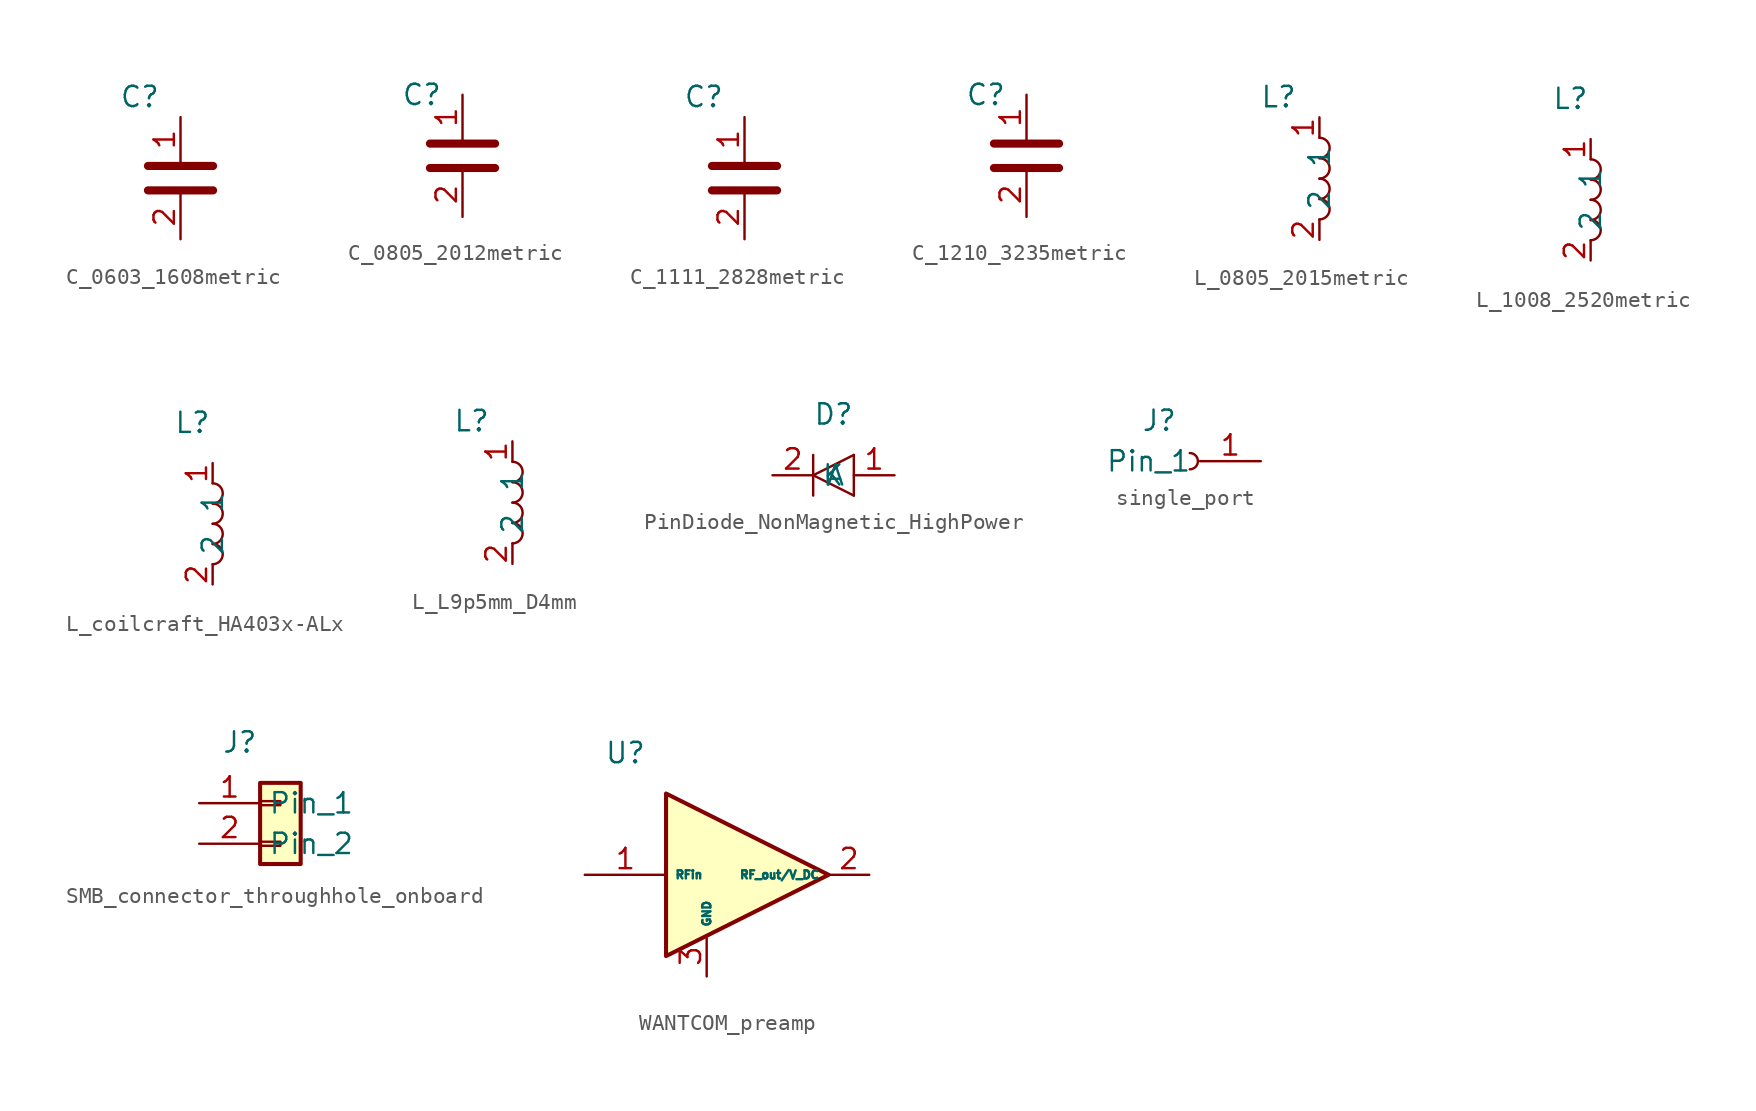
<source format=kicad_sym>
(kicad_symbol_lib
  (version 20220914)
  (generator kicad_symbol_editor)
  (symbol "C_0603_1608metric"
    (property "Reference" "C"
      (at 0 0 0)
      (effects (font (size 1.27 1.27))))
    (property "Value" ""
      (at 0 0 0)
      (effects (font (size 1.27 1.27))))
    (symbol "C_0603_1608metric_0_1"
      (polyline (pts (xy 0.508 -5.842) (xy 4.572 -5.842)) (stroke (width 0.508) (type default)) (fill (type none)))
      (polyline (pts (xy 0.508 -4.318) (xy 4.572 -4.318)) (stroke (width 0.508) (type default)) (fill (type none))))
    (symbol "C_0603_1608metric_1_1"
      (pin passive line (at 2.54 -1.27 270) (length 2.794) (name "~" (effects (font (size 1.27 1.27)))) (number "1" (effects (font (size 1.27 1.27)))))
      (pin passive line (at 2.54 -8.89 90) (length 2.794) (name "~" (effects (font (size 1.27 1.27)))) (number "2" (effects (font (size 1.27 1.27)))))))
  (symbol "C_0805_2012metric"
    (property "Reference" "C"
      (at 0 0 0)
      (effects (font (size 1.27 1.27))))
    (property "Value" ""
      (at 0 0 0)
      (effects (font (size 1.27 1.27))))
    (symbol "C_0805_2012metric_0_1"
      (polyline (pts (xy 0.508 -4.572) (xy 4.572 -4.572)) (stroke (width 0.508) (type default)) (fill (type none)))
      (polyline (pts (xy 0.508 -3.048) (xy 4.572 -3.048)) (stroke (width 0.508) (type default)) (fill (type none))))
    (symbol "C_0805_2012metric_1_1"
      (pin passive line (at 2.54 0 270) (length 2.794) (name "~" (effects (font (size 1.27 1.27)))) (number "1" (effects (font (size 1.27 1.27)))))
      (pin passive line (at 2.54 -7.62 90) (length 2.794) (name "~" (effects (font (size 1.27 1.27)))) (number "2" (effects (font (size 1.27 1.27)))))))
  (symbol "C_1111_2828metric"
    (property "Reference" "C"
      (at 0 0 0)
      (effects (font (size 1.27 1.27))))
    (property "Value" ""
      (at 0 0 0)
      (effects (font (size 1.27 1.27))))
    (symbol "C_1111_2828metric_0_1"
      (polyline (pts (xy 0.508 -5.842) (xy 4.572 -5.842)) (stroke (width 0.508) (type default)) (fill (type none)))
      (polyline (pts (xy 0.508 -4.318) (xy 4.572 -4.318)) (stroke (width 0.508) (type default)) (fill (type none))))
    (symbol "C_1111_2828metric_1_1"
      (pin passive line (at 2.54 -1.27 270) (length 2.794) (name "~" (effects (font (size 1.27 1.27)))) (number "1" (effects (font (size 1.27 1.27)))))
      (pin passive line (at 2.54 -8.89 90) (length 2.794) (name "~" (effects (font (size 1.27 1.27)))) (number "2" (effects (font (size 1.27 1.27)))))))
  (symbol "C_1210_3235metric"
    (property "Reference" "C"
      (at 0 0 0)
      (effects (font (size 1.27 1.27))))
    (property "Value" ""
      (at 0 0 0)
      (effects (font (size 1.27 1.27))))
    (symbol "C_1210_3235metric_0_1"
      (polyline (pts (xy 0.508 -4.572) (xy 4.572 -4.572)) (stroke (width 0.508) (type default)) (fill (type none)))
      (polyline (pts (xy 0.508 -3.048) (xy 4.572 -3.048)) (stroke (width 0.508) (type default)) (fill (type none))))
    (symbol "C_1210_3235metric_1_1"
      (pin passive line (at 2.54 0 270) (length 2.794) (name "~" (effects (font (size 1.27 1.27)))) (number "1" (effects (font (size 1.27 1.27)))))
      (pin passive line (at 2.54 -7.62 90) (length 2.794) (name "~" (effects (font (size 1.27 1.27)))) (number "2" (effects (font (size 1.27 1.27)))))))
  (symbol "L_0805_2015metric"
    (property "Reference" "L"
      (at 0 0 0)
      (effects (font (size 1.27 1.27))))
    (property "Value" ""
      (at 0 0 0)
      (effects (font (size 1.27 1.27))))
    (symbol "L_0805_2015metric_0_1"
      (arc (start 2.54 -7.62) (mid 3.172 -6.985) (end 2.54 -6.35) (stroke (width 0) (type default)) (fill (type none)))
      (arc (start 2.54 -6.35) (mid 3.172 -5.715) (end 2.54 -5.08) (stroke (width 0) (type default)) (fill (type none)))
      (arc (start 2.54 -5.08) (mid 3.172 -4.445) (end 2.54 -3.81) (stroke (width 0) (type default)) (fill (type none)))
      (arc (start 2.54 -3.81) (mid 3.172 -3.175) (end 2.54 -2.54) (stroke (width 0) (type default)) (fill (type none))))
    (symbol "L_0805_2015metric_1_1"
      (pin passive line (at 2.54 -1.27 270) (length 1.27) (name "1" (effects (font (size 1.27 1.27)))) (number "1" (effects (font (size 1.27 1.27)))))
      (pin passive line (at 2.54 -8.89 90) (length 1.27) (name "2" (effects (font (size 1.27 1.27)))) (number "2" (effects (font (size 1.27 1.27)))))))
  (symbol "L_1008_2520metric"
    (property "Reference" "L"
      (at 0 0 0)
      (effects (font (size 1.27 1.27))))
    (property "Value" ""
      (at 0 0 0)
      (effects (font (size 1.27 1.27))))
    (symbol "L_1008_2520metric_0_1"
      (arc (start 1.27 -8.89) (mid 1.902 -8.255) (end 1.27 -7.62) (stroke (width 0) (type default)) (fill (type none)))
      (arc (start 1.27 -7.62) (mid 1.902 -6.985) (end 1.27 -6.35) (stroke (width 0) (type default)) (fill (type none)))
      (arc (start 1.27 -6.35) (mid 1.902 -5.715) (end 1.27 -5.08) (stroke (width 0) (type default)) (fill (type none)))
      (arc (start 1.27 -5.08) (mid 1.902 -4.445) (end 1.27 -3.81) (stroke (width 0) (type default)) (fill (type none))))
    (symbol "L_1008_2520metric_1_1"
      (pin passive line (at 1.27 -2.54 270) (length 1.27) (name "1" (effects (font (size 1.27 1.27)))) (number "1" (effects (font (size 1.27 1.27)))))
      (pin passive line (at 1.27 -10.16 90) (length 1.27) (name "2" (effects (font (size 1.27 1.27)))) (number "2" (effects (font (size 1.27 1.27)))))))
  (symbol "L_coilcraft_HA403x-ALx"
    (property "Reference" "L"
      (at 0 0 0)
      (effects (font (size 1.27 1.27))))
    (property "Value" ""
      (at 0 0 0)
      (effects (font (size 1.27 1.27))))
    (symbol "L_coilcraft_HA403x-ALx_0_1"
      (arc (start 1.27 -8.89) (mid 1.902 -8.255) (end 1.27 -7.62) (stroke (width 0) (type default)) (fill (type none)))
      (arc (start 1.27 -7.62) (mid 1.902 -6.985) (end 1.27 -6.35) (stroke (width 0) (type default)) (fill (type none)))
      (arc (start 1.27 -6.35) (mid 1.902 -5.715) (end 1.27 -5.08) (stroke (width 0) (type default)) (fill (type none)))
      (arc (start 1.27 -5.08) (mid 1.902 -4.445) (end 1.27 -3.81) (stroke (width 0) (type default)) (fill (type none))))
    (symbol "L_coilcraft_HA403x-ALx_1_1"
      (pin passive line (at 1.27 -2.54 270) (length 1.27) (name "1" (effects (font (size 1.27 1.27)))) (number "1" (effects (font (size 1.27 1.27)))))
      (pin passive line (at 1.27 -10.16 90) (length 1.27) (name "2" (effects (font (size 1.27 1.27)))) (number "2" (effects (font (size 1.27 1.27)))))))
  (symbol "L_L9p5mm_D4mm"
    (property "Reference" "L"
      (at 0 0 0)
      (effects (font (size 1.27 1.27))))
    (property "Value" ""
      (at 0 0 0)
      (effects (font (size 1.27 1.27))))
    (symbol "L_L9p5mm_D4mm_0_1"
      (arc (start 2.54 -7.62) (mid 3.1723 -6.985) (end 2.54 -6.35) (stroke (width 0) (type default)) (fill (type none)))
      (arc (start 2.54 -6.35) (mid 3.1723 -5.715) (end 2.54 -5.08) (stroke (width 0) (type default)) (fill (type none)))
      (arc (start 2.54 -5.08) (mid 3.1723 -4.445) (end 2.54 -3.81) (stroke (width 0) (type default)) (fill (type none)))
      (arc (start 2.54 -3.81) (mid 3.1723 -3.175) (end 2.54 -2.54) (stroke (width 0) (type default)) (fill (type none))))
    (symbol "L_L9p5mm_D4mm_1_1"
      (pin passive line (at 2.54 -1.27 270) (length 1.27) (name "1" (effects (font (size 1.27 1.27)))) (number "1" (effects (font (size 1.27 1.27)))))
      (pin passive line (at 2.54 -8.89 90) (length 1.27) (name "2" (effects (font (size 1.27 1.27)))) (number "2" (effects (font (size 1.27 1.27)))))))
  (symbol "PinDiode_NonMagnetic_HighPower"
    (property "Reference" "D"
      (at 0 0 0)
      (effects (font (size 1.27 1.27))))
    (property "Value" ""
      (at 0 0 0)
      (effects (font (size 1.27 1.27))))
    (symbol "PinDiode_NonMagnetic_HighPower_0_1"
      (polyline (pts (xy -1.27 -2.54) (xy -1.27 -5.08)) (stroke (width 0.152) (type default)) (fill (type none)))
      (polyline (pts (xy 1.27 -5.08) (xy 1.27 -2.54)) (stroke (width 0) (type default)) (fill (type none)))
      (polyline (pts (xy 1.27 -2.54) (xy -1.27 -3.81) (xy 1.27 -5.08)) (stroke (width 0) (type default)) (fill (type none))))
    (symbol "PinDiode_NonMagnetic_HighPower_1_1"
      (pin passive line (at 3.81 -3.81 180) (length 2.54) (name "A" (effects (font (size 1.27 1.27)))) (number "1" (effects (font (size 1.27 1.27)))))
      (pin passive line (at -3.81 -3.81 0) (length 2.54) (name "K" (effects (font (size 1.27 1.27)))) (number "2" (effects (font (size 1.27 1.27)))))))
  (symbol "single_port"
    (property "Reference" "J"
      (at -6.35 -1.27 0)
      (effects (font (size 1.27 1.27))))
    (property "Value" ""
      (at 0 0 0)
      (effects (font (size 1.27 1.27))))
    (symbol "single_port_1_1"
      (arc (start -4.4428 -4.318) (mid -3.937 -3.81) (end -4.4428 -3.302) (stroke (width 0.1524) (type default)) (fill (type none)))
      (pin passive line (at 0 -3.81 180) (length 3.81) (name "Pin_1" (effects (font (size 1.27 1.27)))) (number "1" (effects (font (size 1.27 1.27)))))))
  (symbol "SMB_connector_throughhole_onboard"
    (property "Reference" "J"
      (at -1.27 1.27 0)
      (effects (font (size 1.27 1.27))))
    (property "Value" ""
      (at 0 0 0)
      (effects (font (size 1.27 1.27))))
    (symbol "SMB_connector_throughhole_onboard_1_1"
      (rectangle (start 0 -4.953) (end 1.27 -5.207) (stroke (width 0.152) (type default)) (fill (type none)))
      (rectangle (start 0 -2.413) (end 1.27 -2.667) (stroke (width 0.152) (type default)) (fill (type none)))
      (rectangle (start 0 -1.27) (end 2.54 -6.35) (stroke (width 0.254) (type default)) (fill (type background)))
      (pin passive line (at -3.81 -2.54 0) (length 3.81) (name "Pin_1" (effects (font (size 1.27 1.27)))) (number "1" (effects (font (size 1.27 1.27)))))
      (pin passive line (at -3.81 -5.08 0) (length 3.81) (name "Pin_2" (effects (font (size 1.27 1.27)))) (number "2" (effects (font (size 1.27 1.27)))))))
  (symbol "WANTCOM_preamp"
    (property "Reference" "U"
      (at -5.08 1.27 0)
      (effects (font (size 1.27 1.27))))
    (property "Value" ""
      (at 0 0 0)
      (effects (font (size 1.27 1.27))))
    (symbol "WANTCOM_preamp_0_1"
      (polyline (pts (xy -2.54 -1.27) (xy 7.62 -6.35) (xy -2.54 -11.43) (xy -2.54 -1.27)) (stroke (width 0.254) (type default)) (fill (type background))))
    (symbol "WANTCOM_preamp_1_1"
      (pin input line (at -7.62 -6.35 0) (length 5.08) (name "RFin" (effects (font (size 0.508 0.508)))) (number "1" (effects (font (size 1.27 1.27)))))
      (pin output line (at 10.16 -6.35 180) (length 2.54) (name "RF_out/V_DC" (effects (font (size 0.508 0.508)))) (number "2" (effects (font (size 1.27 1.27)))))
      (pin input line (at 0 -12.7 90) (length 2.54) (name "GND" (effects (font (size 0.508 0.508)))) (number "3" (effects (font (size 1.27 1.27))))))))
</source>
